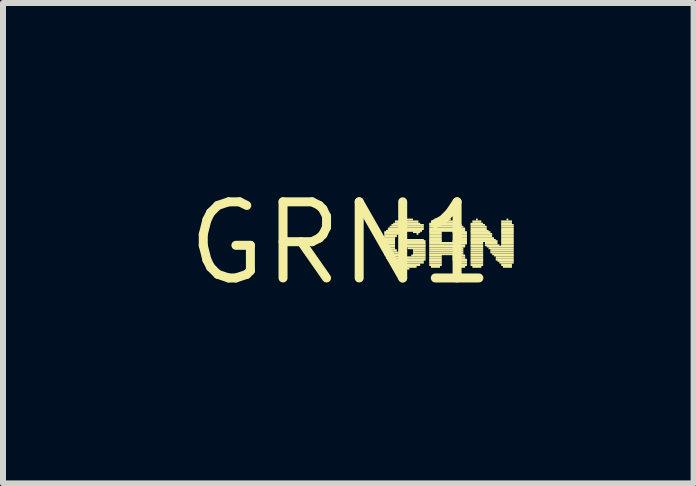
<source format=kicad_pcb>
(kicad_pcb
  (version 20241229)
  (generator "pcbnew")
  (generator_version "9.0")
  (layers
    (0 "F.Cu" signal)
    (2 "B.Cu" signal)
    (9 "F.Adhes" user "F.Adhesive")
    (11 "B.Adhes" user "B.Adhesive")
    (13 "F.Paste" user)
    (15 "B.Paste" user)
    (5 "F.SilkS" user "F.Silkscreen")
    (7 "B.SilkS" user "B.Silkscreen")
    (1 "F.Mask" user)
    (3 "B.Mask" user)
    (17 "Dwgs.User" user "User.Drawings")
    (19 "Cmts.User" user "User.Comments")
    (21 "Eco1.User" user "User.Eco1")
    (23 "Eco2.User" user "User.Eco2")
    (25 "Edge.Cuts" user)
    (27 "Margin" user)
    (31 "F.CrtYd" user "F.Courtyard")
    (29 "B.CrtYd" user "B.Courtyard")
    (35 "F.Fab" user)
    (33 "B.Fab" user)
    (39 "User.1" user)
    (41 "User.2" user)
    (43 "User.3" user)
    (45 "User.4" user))
  (footprint "GRN1"
    (layer "F.Cu")
    (at 2.638 1.006)
    (property "Reference" "GRN1" (at 0 0 0) (layer "F.SilkS") (effects (font (size 1.27 1.27) (thickness 0.15))))
    (fp_poly (pts (xy 0.69 -0.07) (xy 0.9 -0.07) (xy 0.9 -0.1) (xy 0.69 -0.1)) (stroke (width 0) (type default)) (fill yes) (layer "F.SilkS"))
    (fp_poly (pts (xy 0.69 -0.04) (xy 0.9 -0.04) (xy 0.9 -0.07) (xy 0.69 -0.07)) (stroke (width 0) (type default)) (fill yes) (layer "F.SilkS"))
    (fp_poly (pts (xy 0.69 -0.02) (xy 0.9 -0.02) (xy 0.9 -0.05) (xy 0.69 -0.05)) (stroke (width 0) (type default)) (fill yes) (layer "F.SilkS"))
    (fp_poly (pts (xy 0.69 0.02) (xy 0.9 0.02) (xy 0.9 -0.02) (xy 0.69 -0.02)) (stroke (width 0) (type default)) (fill yes) (layer "F.SilkS"))
    (fp_poly (pts (xy 0.69 0.05) (xy 0.9 0.05) (xy 0.9 0.02) (xy 0.69 0.02)) (stroke (width 0) (type default)) (fill yes) (layer "F.SilkS"))
    (fp_poly (pts (xy 0.69 0.07) (xy 0.9 0.07) (xy 0.9 0.04) (xy 0.69 0.04)) (stroke (width 0) (type default)) (fill yes) (layer "F.SilkS"))
    (fp_poly (pts (xy 0.69 0.1) (xy 0.9 0.1) (xy 0.9 0.07) (xy 0.69 0.07)) (stroke (width 0) (type default)) (fill yes) (layer "F.SilkS"))
    (fp_poly (pts (xy 0.72 -0.17) (xy 0.99 -0.17) (xy 0.99 -0.2) (xy 0.72 -0.2)) (stroke (width 0) (type default)) (fill yes) (layer "F.SilkS"))
    (fp_poly (pts (xy 0.72 -0.14) (xy 0.96 -0.14) (xy 0.96 -0.17) (xy 0.72 -0.17)) (stroke (width 0) (type default)) (fill yes) (layer "F.SilkS"))
    (fp_poly (pts (xy 0.72 -0.1) (xy 0.93 -0.1) (xy 0.93 -0.14) (xy 0.72 -0.14)) (stroke (width 0) (type default)) (fill yes) (layer "F.SilkS"))
    (fp_poly (pts (xy 0.72 0.14) (xy 0.93 0.14) (xy 0.93 0.1) (xy 0.72 0.1)) (stroke (width 0) (type default)) (fill yes) (layer "F.SilkS"))
    (fp_poly (pts (xy 0.72 0.17) (xy 0.96 0.17) (xy 0.96 0.14) (xy 0.72 0.14)) (stroke (width 0) (type default)) (fill yes) (layer "F.SilkS"))
    (fp_poly (pts (xy 0.72 0.2) (xy 0.99 0.2) (xy 0.99 0.17) (xy 0.72 0.17)) (stroke (width 0) (type default)) (fill yes) (layer "F.SilkS"))
    (fp_poly (pts (xy 0.75 -0.19) (xy 1.35 -0.19) (xy 1.35 -0.22) (xy 0.75 -0.22)) (stroke (width 0) (type default)) (fill yes) (layer "F.SilkS"))
    (fp_poly (pts (xy 0.75 0.22) (xy 1.05 0.22) (xy 1.05 0.19) (xy 0.75 0.19)) (stroke (width 0) (type default)) (fill yes) (layer "F.SilkS"))
    (fp_poly (pts (xy 0.75 0.26) (xy 1.41 0.26) (xy 1.41 0.22) (xy 0.75 0.22)) (stroke (width 0) (type default)) (fill yes) (layer "F.SilkS"))
    (fp_poly (pts (xy 0.78 -0.22) (xy 1.38 -0.22) (xy 1.38 -0.26) (xy 0.78 -0.26)) (stroke (width 0) (type default)) (fill yes) (layer "F.SilkS"))
    (fp_poly (pts (xy 0.78 0.29) (xy 1.41 0.29) (xy 1.41 0.26) (xy 0.78 0.26)) (stroke (width 0) (type default)) (fill yes) (layer "F.SilkS"))
    (fp_poly (pts (xy 0.81 -0.26) (xy 1.38 -0.26) (xy 1.38 -0.29) (xy 0.81 -0.29)) (stroke (width 0) (type default)) (fill yes) (layer "F.SilkS"))
    (fp_poly (pts (xy 0.81 0.31) (xy 1.38 0.31) (xy 1.38 0.28) (xy 0.81 0.28)) (stroke (width 0) (type default)) (fill yes) (layer "F.SilkS"))
    (fp_poly (pts (xy 0.84 -0.29) (xy 1.38 -0.29) (xy 1.38 -0.32) (xy 0.84 -0.32)) (stroke (width 0) (type default)) (fill yes) (layer "F.SilkS"))
    (fp_poly (pts (xy 0.84 0.34) (xy 1.38 0.34) (xy 1.38 0.31) (xy 0.84 0.31)) (stroke (width 0) (type default)) (fill yes) (layer "F.SilkS"))
    (fp_poly (pts (xy 0.87 -0.31) (xy 1.32 -0.31) (xy 1.32 -0.34) (xy 0.87 -0.34)) (stroke (width 0) (type default)) (fill yes) (layer "F.SilkS"))
    (fp_poly (pts (xy 0.9 -0.34) (xy 1.29 -0.34) (xy 1.29 -0.38) (xy 0.9 -0.38)) (stroke (width 0) (type default)) (fill yes) (layer "F.SilkS"))
    (fp_poly (pts (xy 0.9 0.38) (xy 1.32 0.38) (xy 1.32 0.34) (xy 0.9 0.34)) (stroke (width 0) (type default)) (fill yes) (layer "F.SilkS"))
    (fp_poly (pts (xy 0.96 0.41) (xy 1.26 0.41) (xy 1.26 0.38) (xy 0.96 0.38)) (stroke (width 0) (type default)) (fill yes) (layer "F.SilkS"))
    (fp_poly (pts (xy 0.99 -0.38) (xy 1.2 -0.38) (xy 1.2 -0.41) (xy 0.99 -0.41)) (stroke (width 0) (type default)) (fill yes) (layer "F.SilkS"))
    (fp_poly (pts (xy 1.05 -0.02) (xy 1.41 -0.02) (xy 1.41 -0.05) (xy 1.05 -0.05)) (stroke (width 0) (type default)) (fill yes) (layer "F.SilkS"))
    (fp_poly (pts (xy 1.05 0.02) (xy 1.41 0.02) (xy 1.41 -0.02) (xy 1.05 -0.02)) (stroke (width 0) (type default)) (fill yes) (layer "F.SilkS"))
    (fp_poly (pts (xy 1.05 0.05) (xy 1.41 0.05) (xy 1.41 0.02) (xy 1.05 0.02)) (stroke (width 0) (type default)) (fill yes) (layer "F.SilkS"))
    (fp_poly (pts (xy 1.05 0.07) (xy 1.41 0.07) (xy 1.41 0.04) (xy 1.05 0.04)) (stroke (width 0) (type default)) (fill yes) (layer "F.SilkS"))
    (fp_poly (pts (xy 1.08 -0.04) (xy 1.38 -0.04) (xy 1.38 -0.07) (xy 1.08 -0.07)) (stroke (width 0) (type default)) (fill yes) (layer "F.SilkS"))
    (fp_poly (pts (xy 1.08 0.44) (xy 1.14 0.44) (xy 1.14 0.41) (xy 1.08 0.41)) (stroke (width 0) (type default)) (fill yes) (layer "F.SilkS"))
    (fp_poly (pts (xy 1.11 0.1) (xy 1.41 0.1) (xy 1.41 0.07) (xy 1.11 0.07)) (stroke (width 0) (type default)) (fill yes) (layer "F.SilkS"))
    (fp_poly (pts (xy 1.17 0.22) (xy 1.41 0.22) (xy 1.41 0.19) (xy 1.17 0.19)) (stroke (width 0) (type default)) (fill yes) (layer "F.SilkS"))
    (fp_poly (pts (xy 1.2 -0.17) (xy 1.32 -0.17) (xy 1.32 -0.2) (xy 1.2 -0.2)) (stroke (width 0) (type default)) (fill yes) (layer "F.SilkS"))
    (fp_poly (pts (xy 1.2 0.14) (xy 1.41 0.14) (xy 1.41 0.1) (xy 1.2 0.1)) (stroke (width 0) (type default)) (fill yes) (layer "F.SilkS"))
    (fp_poly (pts (xy 1.2 0.17) (xy 1.41 0.17) (xy 1.41 0.14) (xy 1.2 0.14)) (stroke (width 0) (type default)) (fill yes) (layer "F.SilkS"))
    (fp_poly (pts (xy 1.2 0.2) (xy 1.41 0.2) (xy 1.41 0.17) (xy 1.2 0.17)) (stroke (width 0) (type default)) (fill yes) (layer "F.SilkS"))
    (fp_poly (pts (xy 1.26 -0.14) (xy 1.29 -0.14) (xy 1.29 -0.17) (xy 1.26 -0.17)) (stroke (width 0) (type default)) (fill yes) (layer "F.SilkS"))
    (fp_poly (pts (xy 1.47 -0.31) (xy 1.98 -0.31) (xy 1.98 -0.34) (xy 1.47 -0.34)) (stroke (width 0) (type default)) (fill yes) (layer "F.SilkS"))
    (fp_poly (pts (xy 1.47 -0.29) (xy 2.01 -0.29) (xy 2.01 -0.32) (xy 1.47 -0.32)) (stroke (width 0) (type default)) (fill yes) (layer "F.SilkS"))
    (fp_poly (pts (xy 1.47 -0.26) (xy 2.04 -0.26) (xy 2.04 -0.29) (xy 1.47 -0.29)) (stroke (width 0) (type default)) (fill yes) (layer "F.SilkS"))
    (fp_poly (pts (xy 1.47 -0.22) (xy 2.07 -0.22) (xy 2.07 -0.26) (xy 1.47 -0.26)) (stroke (width 0) (type default)) (fill yes) (layer "F.SilkS"))
    (fp_poly (pts (xy 1.47 -0.19) (xy 2.07 -0.19) (xy 2.07 -0.22) (xy 1.47 -0.22)) (stroke (width 0) (type default)) (fill yes) (layer "F.SilkS"))
    (fp_poly (pts (xy 1.47 -0.17) (xy 1.68 -0.17) (xy 1.68 -0.2) (xy 1.47 -0.2)) (stroke (width 0) (type default)) (fill yes) (layer "F.SilkS"))
    (fp_poly (pts (xy 1.47 -0.14) (xy 1.68 -0.14) (xy 1.68 -0.17) (xy 1.47 -0.17)) (stroke (width 0) (type default)) (fill yes) (layer "F.SilkS"))
    (fp_poly (pts (xy 1.47 -0.1) (xy 1.68 -0.1) (xy 1.68 -0.14) (xy 1.47 -0.14)) (stroke (width 0) (type default)) (fill yes) (layer "F.SilkS"))
    (fp_poly (pts (xy 1.47 -0.07) (xy 1.68 -0.07) (xy 1.68 -0.1) (xy 1.47 -0.1)) (stroke (width 0) (type default)) (fill yes) (layer "F.SilkS"))
    (fp_poly (pts (xy 1.47 -0.04) (xy 1.68 -0.04) (xy 1.68 -0.07) (xy 1.47 -0.07)) (stroke (width 0) (type default)) (fill yes) (layer "F.SilkS"))
    (fp_poly (pts (xy 1.47 -0.02) (xy 1.68 -0.02) (xy 1.68 -0.05) (xy 1.47 -0.05)) (stroke (width 0) (type default)) (fill yes) (layer "F.SilkS"))
    (fp_poly (pts (xy 1.47 0.02) (xy 2.1 0.02) (xy 2.1 -0.02) (xy 1.47 -0.02)) (stroke (width 0) (type default)) (fill yes) (layer "F.SilkS"))
    (fp_poly (pts (xy 1.47 0.05) (xy 2.07 0.05) (xy 2.07 0.02) (xy 1.47 0.02)) (stroke (width 0) (type default)) (fill yes) (layer "F.SilkS"))
    (fp_poly (pts (xy 1.47 0.07) (xy 2.07 0.07) (xy 2.07 0.04) (xy 1.47 0.04)) (stroke (width 0) (type default)) (fill yes) (layer "F.SilkS"))
    (fp_poly (pts (xy 1.47 0.1) (xy 2.04 0.1) (xy 2.04 0.07) (xy 1.47 0.07)) (stroke (width 0) (type default)) (fill yes) (layer "F.SilkS"))
    (fp_poly (pts (xy 1.47 0.14) (xy 2.04 0.14) (xy 2.04 0.1) (xy 1.47 0.1)) (stroke (width 0) (type default)) (fill yes) (layer "F.SilkS"))
    (fp_poly (pts (xy 1.47 0.17) (xy 2.04 0.17) (xy 2.04 0.14) (xy 1.47 0.14)) (stroke (width 0) (type default)) (fill yes) (layer "F.SilkS"))
    (fp_poly (pts (xy 1.47 0.2) (xy 2.04 0.2) (xy 2.04 0.17) (xy 1.47 0.17)) (stroke (width 0) (type default)) (fill yes) (layer "F.SilkS"))
    (fp_poly (pts (xy 1.47 0.22) (xy 1.68 0.22) (xy 1.68 0.19) (xy 1.47 0.19)) (stroke (width 0) (type default)) (fill yes) (layer "F.SilkS"))
    (fp_poly (pts (xy 1.47 0.26) (xy 1.68 0.26) (xy 1.68 0.22) (xy 1.47 0.22)) (stroke (width 0) (type default)) (fill yes) (layer "F.SilkS"))
    (fp_poly (pts (xy 1.47 0.29) (xy 1.68 0.29) (xy 1.68 0.26) (xy 1.47 0.26)) (stroke (width 0) (type default)) (fill yes) (layer "F.SilkS"))
    (fp_poly (pts (xy 1.47 0.31) (xy 1.68 0.31) (xy 1.68 0.28) (xy 1.47 0.28)) (stroke (width 0) (type default)) (fill yes) (layer "F.SilkS"))
    (fp_poly (pts (xy 1.47 0.34) (xy 1.68 0.34) (xy 1.68 0.31) (xy 1.47 0.31)) (stroke (width 0) (type default)) (fill yes) (layer "F.SilkS"))
    (fp_poly (pts (xy 1.47 0.38) (xy 1.68 0.38) (xy 1.68 0.34) (xy 1.47 0.34)) (stroke (width 0) (type default)) (fill yes) (layer "F.SilkS"))
    (fp_poly (pts (xy 1.5 -0.34) (xy 1.95 -0.34) (xy 1.95 -0.38) (xy 1.5 -0.38)) (stroke (width 0) (type default)) (fill yes) (layer "F.SilkS"))
    (fp_poly (pts (xy 1.5 0.41) (xy 1.65 0.41) (xy 1.65 0.38) (xy 1.5 0.38)) (stroke (width 0) (type default)) (fill yes) (layer "F.SilkS"))
    (fp_poly (pts (xy 1.56 -0.38) (xy 1.83 -0.38) (xy 1.83 -0.41) (xy 1.56 -0.41)) (stroke (width 0) (type default)) (fill yes) (layer "F.SilkS"))
    (fp_poly (pts (xy 1.86 -0.17) (xy 2.1 -0.17) (xy 2.1 -0.2) (xy 1.86 -0.2)) (stroke (width 0) (type default)) (fill yes) (layer "F.SilkS"))
    (fp_poly (pts (xy 1.86 -0.02) (xy 2.1 -0.02) (xy 2.1 -0.05) (xy 1.86 -0.05)) (stroke (width 0) (type default)) (fill yes) (layer "F.SilkS"))
    (fp_poly (pts (xy 1.86 0.22) (xy 2.07 0.22) (xy 2.07 0.19) (xy 1.86 0.19)) (stroke (width 0) (type default)) (fill yes) (layer "F.SilkS"))
    (fp_poly (pts (xy 1.86 0.26) (xy 2.07 0.26) (xy 2.07 0.22) (xy 1.86 0.22)) (stroke (width 0) (type default)) (fill yes) (layer "F.SilkS"))
    (fp_poly (pts (xy 1.86 0.29) (xy 2.1 0.29) (xy 2.1 0.26) (xy 1.86 0.26)) (stroke (width 0) (type default)) (fill yes) (layer "F.SilkS"))
    (fp_poly (pts (xy 1.89 -0.14) (xy 2.1 -0.14) (xy 2.1 -0.17) (xy 1.89 -0.17)) (stroke (width 0) (type default)) (fill yes) (layer "F.SilkS"))
    (fp_poly (pts (xy 1.89 -0.1) (xy 2.1 -0.1) (xy 2.1 -0.14) (xy 1.89 -0.14)) (stroke (width 0) (type default)) (fill yes) (layer "F.SilkS"))
    (fp_poly (pts (xy 1.89 -0.07) (xy 2.1 -0.07) (xy 2.1 -0.1) (xy 1.89 -0.1)) (stroke (width 0) (type default)) (fill yes) (layer "F.SilkS"))
    (fp_poly (pts (xy 1.89 -0.04) (xy 2.1 -0.04) (xy 2.1 -0.07) (xy 1.89 -0.07)) (stroke (width 0) (type default)) (fill yes) (layer "F.SilkS"))
    (fp_poly (pts (xy 1.89 0.31) (xy 2.1 0.31) (xy 2.1 0.28) (xy 1.89 0.28)) (stroke (width 0) (type default)) (fill yes) (layer "F.SilkS"))
    (fp_poly (pts (xy 1.89 0.34) (xy 2.1 0.34) (xy 2.1 0.31) (xy 1.89 0.31)) (stroke (width 0) (type default)) (fill yes) (layer "F.SilkS"))
    (fp_poly (pts (xy 1.92 0.38) (xy 2.1 0.38) (xy 2.1 0.34) (xy 1.92 0.34)) (stroke (width 0) (type default)) (fill yes) (layer "F.SilkS"))
    (fp_poly (pts (xy 1.92 0.41) (xy 2.07 0.41) (xy 2.07 0.38) (xy 1.92 0.38)) (stroke (width 0) (type default)) (fill yes) (layer "F.SilkS"))
    (fp_poly (pts (xy 2.16 -0.31) (xy 2.37 -0.31) (xy 2.37 -0.34) (xy 2.16 -0.34)) (stroke (width 0) (type default)) (fill yes) (layer "F.SilkS"))
    (fp_poly (pts (xy 2.16 -0.29) (xy 2.4 -0.29) (xy 2.4 -0.32) (xy 2.16 -0.32)) (stroke (width 0) (type default)) (fill yes) (layer "F.SilkS"))
    (fp_poly (pts (xy 2.16 -0.26) (xy 2.43 -0.26) (xy 2.43 -0.29) (xy 2.16 -0.29)) (stroke (width 0) (type default)) (fill yes) (layer "F.SilkS"))
    (fp_poly (pts (xy 2.16 -0.22) (xy 2.43 -0.22) (xy 2.43 -0.26) (xy 2.16 -0.26)) (stroke (width 0) (type default)) (fill yes) (layer "F.SilkS"))
    (fp_poly (pts (xy 2.16 -0.19) (xy 2.46 -0.19) (xy 2.46 -0.22) (xy 2.16 -0.22)) (stroke (width 0) (type default)) (fill yes) (layer "F.SilkS"))
    (fp_poly (pts (xy 2.16 -0.17) (xy 2.49 -0.17) (xy 2.49 -0.2) (xy 2.16 -0.2)) (stroke (width 0) (type default)) (fill yes) (layer "F.SilkS"))
    (fp_poly (pts (xy 2.16 -0.14) (xy 2.52 -0.14) (xy 2.52 -0.17) (xy 2.16 -0.17)) (stroke (width 0) (type default)) (fill yes) (layer "F.SilkS"))
    (fp_poly (pts (xy 2.16 -0.1) (xy 2.52 -0.1) (xy 2.52 -0.14) (xy 2.16 -0.14)) (stroke (width 0) (type default)) (fill yes) (layer "F.SilkS"))
    (fp_poly (pts (xy 2.16 -0.07) (xy 2.55 -0.07) (xy 2.55 -0.1) (xy 2.16 -0.1)) (stroke (width 0) (type default)) (fill yes) (layer "F.SilkS"))
    (fp_poly (pts (xy 2.16 -0.04) (xy 2.58 -0.04) (xy 2.58 -0.07) (xy 2.16 -0.07)) (stroke (width 0) (type default)) (fill yes) (layer "F.SilkS"))
    (fp_poly (pts (xy 2.16 -0.02) (xy 2.61 -0.02) (xy 2.61 -0.05) (xy 2.16 -0.05)) (stroke (width 0) (type default)) (fill yes) (layer "F.SilkS"))
    (fp_poly (pts (xy 2.16 0.02) (xy 2.37 0.02) (xy 2.37 -0.02) (xy 2.16 -0.02)) (stroke (width 0) (type default)) (fill yes) (layer "F.SilkS"))
    (fp_poly (pts (xy 2.16 0.05) (xy 2.37 0.05) (xy 2.37 0.02) (xy 2.16 0.02)) (stroke (width 0) (type default)) (fill yes) (layer "F.SilkS"))
    (fp_poly (pts (xy 2.16 0.07) (xy 2.37 0.07) (xy 2.37 0.04) (xy 2.16 0.04)) (stroke (width 0) (type default)) (fill yes) (layer "F.SilkS"))
    (fp_poly (pts (xy 2.16 0.1) (xy 2.37 0.1) (xy 2.37 0.07) (xy 2.16 0.07)) (stroke (width 0) (type default)) (fill yes) (layer "F.SilkS"))
    (fp_poly (pts (xy 2.16 0.14) (xy 2.37 0.14) (xy 2.37 0.1) (xy 2.16 0.1)) (stroke (width 0) (type default)) (fill yes) (layer "F.SilkS"))
    (fp_poly (pts (xy 2.16 0.17) (xy 2.37 0.17) (xy 2.37 0.14) (xy 2.16 0.14)) (stroke (width 0) (type default)) (fill yes) (layer "F.SilkS"))
    (fp_poly (pts (xy 2.16 0.2) (xy 2.37 0.2) (xy 2.37 0.17) (xy 2.16 0.17)) (stroke (width 0) (type default)) (fill yes) (layer "F.SilkS"))
    (fp_poly (pts (xy 2.16 0.22) (xy 2.37 0.22) (xy 2.37 0.19) (xy 2.16 0.19)) (stroke (width 0) (type default)) (fill yes) (layer "F.SilkS"))
    (fp_poly (pts (xy 2.16 0.26) (xy 2.37 0.26) (xy 2.37 0.22) (xy 2.16 0.22)) (stroke (width 0) (type default)) (fill yes) (layer "F.SilkS"))
    (fp_poly (pts (xy 2.16 0.29) (xy 2.37 0.29) (xy 2.37 0.26) (xy 2.16 0.26)) (stroke (width 0) (type default)) (fill yes) (layer "F.SilkS"))
    (fp_poly (pts (xy 2.16 0.31) (xy 2.37 0.31) (xy 2.37 0.28) (xy 2.16 0.28)) (stroke (width 0) (type default)) (fill yes) (layer "F.SilkS"))
    (fp_poly (pts (xy 2.16 0.34) (xy 2.37 0.34) (xy 2.37 0.31) (xy 2.16 0.31)) (stroke (width 0) (type default)) (fill yes) (layer "F.SilkS"))
    (fp_poly (pts (xy 2.16 0.38) (xy 2.37 0.38) (xy 2.37 0.34) (xy 2.16 0.34)) (stroke (width 0) (type default)) (fill yes) (layer "F.SilkS"))
    (fp_poly (pts (xy 2.19 -0.34) (xy 2.34 -0.34) (xy 2.34 -0.38) (xy 2.19 -0.38)) (stroke (width 0) (type default)) (fill yes) (layer "F.SilkS"))
    (fp_poly (pts (xy 2.19 0.41) (xy 2.34 0.41) (xy 2.34 0.38) (xy 2.19 0.38)) (stroke (width 0) (type default)) (fill yes) (layer "F.SilkS"))
    (fp_poly (pts (xy 2.25 -0.38) (xy 2.28 -0.38) (xy 2.28 -0.41) (xy 2.25 -0.41)) (stroke (width 0) (type default)) (fill yes) (layer "F.SilkS"))
    (fp_poly (pts (xy 2.4 0.02) (xy 2.61 0.02) (xy 2.61 -0.02) (xy 2.4 -0.02)) (stroke (width 0) (type default)) (fill yes) (layer "F.SilkS"))
    (fp_poly (pts (xy 2.4 0.05) (xy 2.64 0.05) (xy 2.64 0.02) (xy 2.4 0.02)) (stroke (width 0) (type default)) (fill yes) (layer "F.SilkS"))
    (fp_poly (pts (xy 2.43 0.07) (xy 2.88 0.07) (xy 2.88 0.04) (xy 2.43 0.04)) (stroke (width 0) (type default)) (fill yes) (layer "F.SilkS"))
    (fp_poly (pts (xy 2.46 0.1) (xy 2.88 0.1) (xy 2.88 0.07) (xy 2.46 0.07)) (stroke (width 0) (type default)) (fill yes) (layer "F.SilkS"))
    (fp_poly (pts (xy 2.49 0.14) (xy 2.88 0.14) (xy 2.88 0.1) (xy 2.49 0.1)) (stroke (width 0) (type default)) (fill yes) (layer "F.SilkS"))
    (fp_poly (pts (xy 2.49 0.17) (xy 2.88 0.17) (xy 2.88 0.14) (xy 2.49 0.14)) (stroke (width 0) (type default)) (fill yes) (layer "F.SilkS"))
    (fp_poly (pts (xy 2.52 0.2) (xy 2.88 0.2) (xy 2.88 0.17) (xy 2.52 0.17)) (stroke (width 0) (type default)) (fill yes) (layer "F.SilkS"))
    (fp_poly (pts (xy 2.55 0.22) (xy 2.88 0.22) (xy 2.88 0.19) (xy 2.55 0.19)) (stroke (width 0) (type default)) (fill yes) (layer "F.SilkS"))
    (fp_poly (pts (xy 2.58 0.26) (xy 2.88 0.26) (xy 2.88 0.22) (xy 2.58 0.22)) (stroke (width 0) (type default)) (fill yes) (layer "F.SilkS"))
    (fp_poly (pts (xy 2.58 0.29) (xy 2.88 0.29) (xy 2.88 0.26) (xy 2.58 0.26)) (stroke (width 0) (type default)) (fill yes) (layer "F.SilkS"))
    (fp_poly (pts (xy 2.61 0.31) (xy 2.88 0.31) (xy 2.88 0.28) (xy 2.61 0.28)) (stroke (width 0) (type default)) (fill yes) (layer "F.SilkS"))
    (fp_poly (pts (xy 2.64 0.34) (xy 2.88 0.34) (xy 2.88 0.31) (xy 2.64 0.31)) (stroke (width 0) (type default)) (fill yes) (layer "F.SilkS"))
    (fp_poly (pts (xy 2.67 -0.34) (xy 2.85 -0.34) (xy 2.85 -0.38) (xy 2.67 -0.38)) (stroke (width 0) (type default)) (fill yes) (layer "F.SilkS"))
    (fp_poly (pts (xy 2.67 -0.31) (xy 2.85 -0.31) (xy 2.85 -0.34) (xy 2.67 -0.34)) (stroke (width 0) (type default)) (fill yes) (layer "F.SilkS"))
    (fp_poly (pts (xy 2.67 -0.29) (xy 2.88 -0.29) (xy 2.88 -0.32) (xy 2.67 -0.32)) (stroke (width 0) (type default)) (fill yes) (layer "F.SilkS"))
    (fp_poly (pts (xy 2.67 -0.26) (xy 2.88 -0.26) (xy 2.88 -0.29) (xy 2.67 -0.29)) (stroke (width 0) (type default)) (fill yes) (layer "F.SilkS"))
    (fp_poly (pts (xy 2.67 -0.22) (xy 2.88 -0.22) (xy 2.88 -0.26) (xy 2.67 -0.26)) (stroke (width 0) (type default)) (fill yes) (layer "F.SilkS"))
    (fp_poly (pts (xy 2.67 -0.19) (xy 2.88 -0.19) (xy 2.88 -0.22) (xy 2.67 -0.22)) (stroke (width 0) (type default)) (fill yes) (layer "F.SilkS"))
    (fp_poly (pts (xy 2.67 -0.17) (xy 2.88 -0.17) (xy 2.88 -0.2) (xy 2.67 -0.2)) (stroke (width 0) (type default)) (fill yes) (layer "F.SilkS"))
    (fp_poly (pts (xy 2.67 -0.14) (xy 2.88 -0.14) (xy 2.88 -0.17) (xy 2.67 -0.17)) (stroke (width 0) (type default)) (fill yes) (layer "F.SilkS"))
    (fp_poly (pts (xy 2.67 -0.1) (xy 2.88 -0.1) (xy 2.88 -0.14) (xy 2.67 -0.14)) (stroke (width 0) (type default)) (fill yes) (layer "F.SilkS"))
    (fp_poly (pts (xy 2.67 -0.07) (xy 2.88 -0.07) (xy 2.88 -0.1) (xy 2.67 -0.1)) (stroke (width 0) (type default)) (fill yes) (layer "F.SilkS"))
    (fp_poly (pts (xy 2.67 -0.04) (xy 2.88 -0.04) (xy 2.88 -0.07) (xy 2.67 -0.07)) (stroke (width 0) (type default)) (fill yes) (layer "F.SilkS"))
    (fp_poly (pts (xy 2.67 -0.02) (xy 2.88 -0.02) (xy 2.88 -0.05) (xy 2.67 -0.05)) (stroke (width 0) (type default)) (fill yes) (layer "F.SilkS"))
    (fp_poly (pts (xy 2.67 0.02) (xy 2.88 0.02) (xy 2.88 -0.02) (xy 2.67 -0.02)) (stroke (width 0) (type default)) (fill yes) (layer "F.SilkS"))
    (fp_poly (pts (xy 2.67 0.05) (xy 2.88 0.05) (xy 2.88 0.02) (xy 2.67 0.02)) (stroke (width 0) (type default)) (fill yes) (layer "F.SilkS"))
    (fp_poly (pts (xy 2.67 0.38) (xy 2.85 0.38) (xy 2.85 0.34) (xy 2.67 0.34)) (stroke (width 0) (type default)) (fill yes) (layer "F.SilkS"))
    (fp_poly (pts (xy 2.7 0.41) (xy 2.85 0.41) (xy 2.85 0.38) (xy 2.7 0.38)) (stroke (width 0) (type default)) (fill yes) (layer "F.SilkS"))
    (fp_poly (pts (xy 2.76 -0.38) (xy 2.79 -0.38) (xy 2.79 -0.41) (xy 2.76 -0.41)) (stroke (width 0) (type default)) (fill yes) (layer "F.SilkS")))
  (gr_rect
    (start -3 -3)
    (end 8.518 5.012)
    (stroke (width 0.1) (type default))
    (fill no)
    (layer "Edge.Cuts")))
</source>
